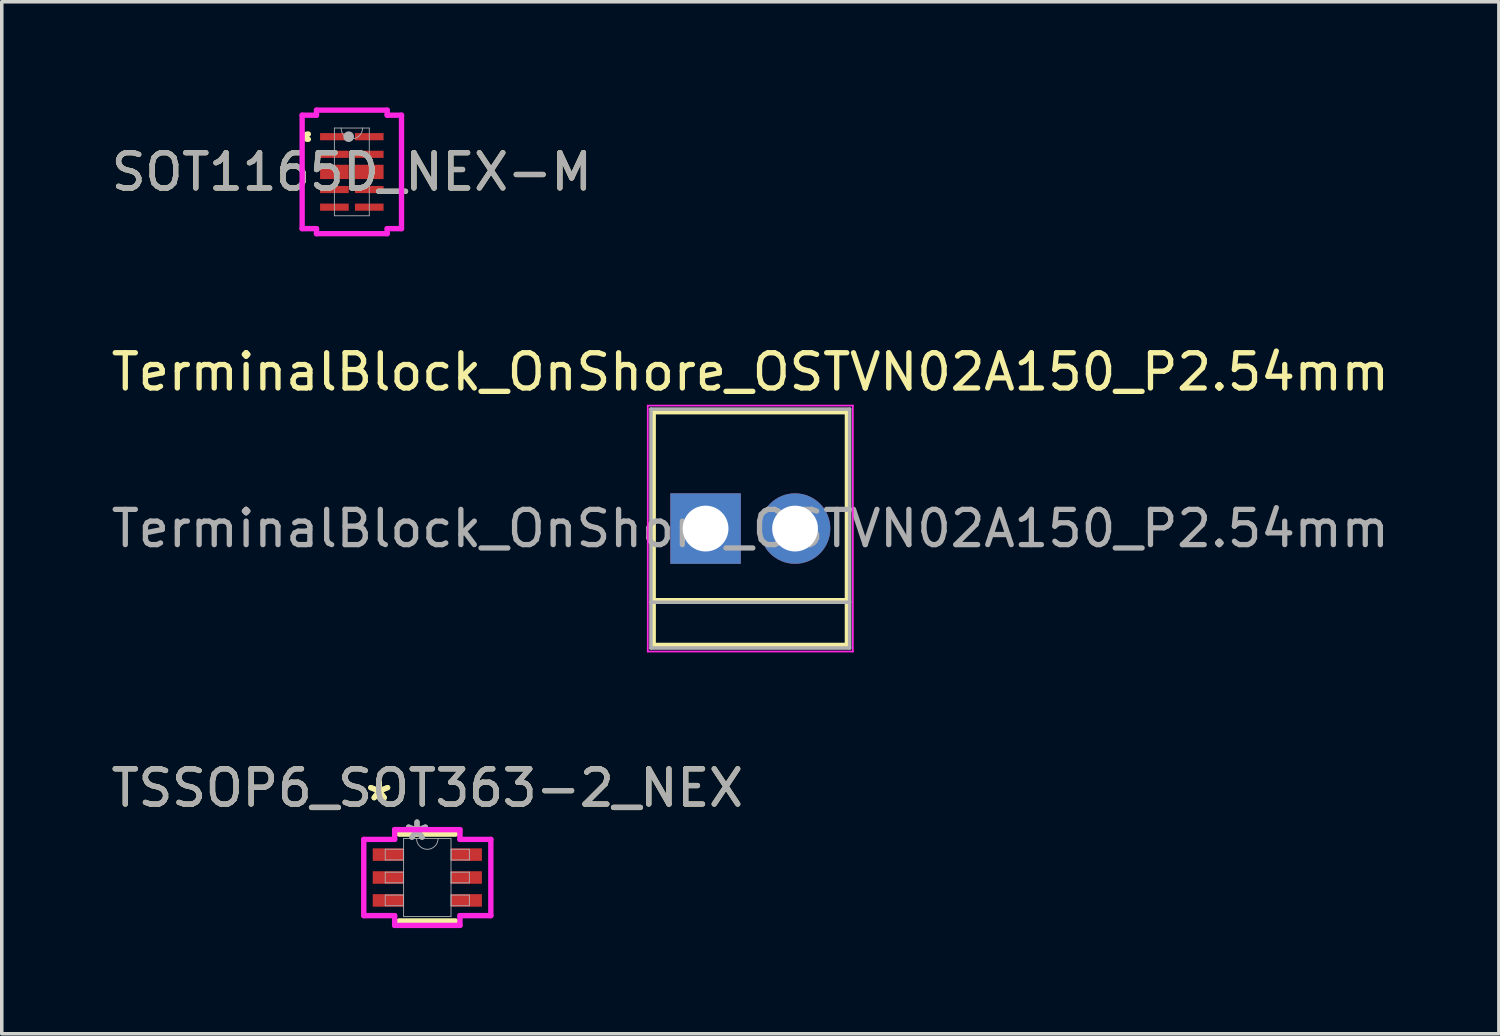
<source format=kicad_pcb>
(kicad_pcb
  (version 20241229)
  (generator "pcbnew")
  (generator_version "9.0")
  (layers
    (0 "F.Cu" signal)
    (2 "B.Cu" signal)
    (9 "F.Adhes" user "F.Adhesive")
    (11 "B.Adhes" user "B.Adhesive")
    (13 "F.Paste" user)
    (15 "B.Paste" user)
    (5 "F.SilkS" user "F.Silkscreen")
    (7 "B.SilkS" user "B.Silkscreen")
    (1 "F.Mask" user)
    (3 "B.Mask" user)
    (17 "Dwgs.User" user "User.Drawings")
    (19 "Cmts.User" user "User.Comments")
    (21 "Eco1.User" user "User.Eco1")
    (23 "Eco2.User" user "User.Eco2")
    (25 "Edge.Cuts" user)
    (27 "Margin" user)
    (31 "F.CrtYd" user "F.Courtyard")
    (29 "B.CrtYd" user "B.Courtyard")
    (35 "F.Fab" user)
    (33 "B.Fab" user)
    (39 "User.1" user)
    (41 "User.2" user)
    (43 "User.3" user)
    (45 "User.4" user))
  (footprint "TerminalBlock_OnShore_OSTVN02A150_P2.54mm"
    (layer "F.Cu")
    (at 16.974 11.951)
    (property "Reference" "TerminalBlock_OnShore_OSTVN02A150_P2.54mm" (at 1.27 -4.445 0) (layer "F.SilkS") (effects (font (size 1 1) (thickness 0.15))))
    (attr through_hole)
    (fp_line (start -1.47 -3.3) (end -1.47 3.3) (stroke (width 0.12) (type solid)) (layer "F.SilkS"))
    (fp_line (start -1.47 3.3) (end 4.01 3.3) (stroke (width 0.12) (type solid)) (layer "F.SilkS"))
    (fp_line (start 4.01 -3.3) (end -1.47 -3.3) (stroke (width 0.12) (type solid)) (layer "F.SilkS"))
    (fp_line (start 4.01 2.03) (end -1.47 2.03) (stroke (width 0.12) (type solid)) (layer "F.SilkS"))
    (fp_line (start 4.01 3.3) (end 4.01 -3.3) (stroke (width 0.12) (type solid)) (layer "F.SilkS"))
    (fp_line (start -1.64 -3.49) (end -1.64 3.49) (stroke (width 0.05) (type solid)) (layer "F.CrtYd"))
    (fp_line (start -1.64 -3.49) (end 4.18 -3.49) (stroke (width 0.05) (type solid)) (layer "F.CrtYd"))
    (fp_line (start 4.18 3.49) (end -1.64 3.49) (stroke (width 0.05) (type solid)) (layer "F.CrtYd"))
    (fp_line (start 4.18 3.49) (end 4.18 -3.49) (stroke (width 0.05) (type solid)) (layer "F.CrtYd"))
    (fp_line (start -1.55 -3.39) (end -1.55 3.39) (stroke (width 0.1) (type solid)) (layer "F.Fab"))
    (fp_line (start -1.55 2.09) (end 4.09 2.09) (stroke (width 0.1) (type solid)) (layer "F.Fab"))
    (fp_line (start -1.55 3.39) (end 4.09 3.39) (stroke (width 0.1) (type solid)) (layer "F.Fab"))
    (fp_line (start 4.09 -3.39) (end -1.55 -3.39) (stroke (width 0.1) (type solid)) (layer "F.Fab"))
    (fp_line (start 4.09 3.39) (end 4.09 -3.39) (stroke (width 0.1) (type solid)) (layer "F.Fab"))
    (fp_text user "${REFERENCE}" (at 1.27 0 0) (layer "F.Fab") (effects (font (size 1 1) (thickness 0.15))))
    (pad "1" thru_hole rect (at 0 0) (size 2 2) (drill 1.3) (layers "*.Cu" "*.Mask"))
    (pad "2" thru_hole circle (at 2.54 0) (size 2 2) (drill 1.3) (layers "*.Cu" "*.Mask")))
  (footprint "TSSOP6_SOT363-2_NEX"
    (layer "F.Cu")
    (at 9.077 21.854)
    (property "Reference" "TSSOP6_SOT363-2_NEX" (at 0 -2.54 0) (unlocked yes) (layer "F.SilkS") (effects (font (size 1 1) (thickness 0.15))))
    (attr smd)
    (fp_line (start -0.8 1.232) (end 0.8 1.232) (stroke (width 0.152) (type solid)) (layer "F.SilkS"))
    (fp_line (start 0.8 -1.232) (end -0.8 -1.232) (stroke (width 0.152) (type solid)) (layer "F.SilkS"))
    (fp_line (start -1.803 -1.082) (end -0.927 -1.082) (stroke (width 0.152) (type solid)) (layer "F.CrtYd"))
    (fp_line (start -1.803 1.082) (end -1.803 -1.082) (stroke (width 0.152) (type solid)) (layer "F.CrtYd"))
    (fp_line (start -1.803 1.082) (end -0.927 1.082) (stroke (width 0.152) (type solid)) (layer "F.CrtYd"))
    (fp_line (start -0.927 -1.359) (end 0.927 -1.359) (stroke (width 0.152) (type solid)) (layer "F.CrtYd"))
    (fp_line (start -0.927 -1.082) (end -0.927 -1.359) (stroke (width 0.152) (type solid)) (layer "F.CrtYd"))
    (fp_line (start -0.927 1.359) (end -0.927 1.082) (stroke (width 0.152) (type solid)) (layer "F.CrtYd"))
    (fp_line (start 0.927 -1.359) (end 0.927 -1.082) (stroke (width 0.152) (type solid)) (layer "F.CrtYd"))
    (fp_line (start 0.927 1.082) (end 0.927 1.359) (stroke (width 0.152) (type solid)) (layer "F.CrtYd"))
    (fp_line (start 0.927 1.359) (end -0.927 1.359) (stroke (width 0.152) (type solid)) (layer "F.CrtYd"))
    (fp_line (start 1.803 -1.082) (end 0.927 -1.082) (stroke (width 0.152) (type solid)) (layer "F.CrtYd"))
    (fp_line (start 1.803 -1.082) (end 1.803 1.082) (stroke (width 0.152) (type solid)) (layer "F.CrtYd"))
    (fp_line (start 1.803 1.082) (end 0.927 1.082) (stroke (width 0.152) (type solid)) (layer "F.CrtYd"))
    (fp_line (start -1.194 -0.802) (end -1.194 -0.498) (stroke (width 0.025) (type solid)) (layer "F.Fab"))
    (fp_line (start -1.194 -0.498) (end -0.673 -0.498) (stroke (width 0.025) (type solid)) (layer "F.Fab"))
    (fp_line (start -1.194 -0.152) (end -1.194 0.152) (stroke (width 0.025) (type solid)) (layer "F.Fab"))
    (fp_line (start -1.194 0.152) (end -0.673 0.152) (stroke (width 0.025) (type solid)) (layer "F.Fab"))
    (fp_line (start -1.194 0.498) (end -1.194 0.802) (stroke (width 0.025) (type solid)) (layer "F.Fab"))
    (fp_line (start -1.194 0.802) (end -0.673 0.802) (stroke (width 0.025) (type solid)) (layer "F.Fab"))
    (fp_line (start -0.673 -1.105) (end -0.673 1.105) (stroke (width 0.025) (type solid)) (layer "F.Fab"))
    (fp_line (start -0.673 -0.802) (end -1.194 -0.802) (stroke (width 0.025) (type solid)) (layer "F.Fab"))
    (fp_line (start -0.673 -0.498) (end -0.673 -0.802) (stroke (width 0.025) (type solid)) (layer "F.Fab"))
    (fp_line (start -0.673 -0.152) (end -1.194 -0.152) (stroke (width 0.025) (type solid)) (layer "F.Fab"))
    (fp_line (start -0.673 0.152) (end -0.673 -0.152) (stroke (width 0.025) (type solid)) (layer "F.Fab"))
    (fp_line (start -0.673 0.498) (end -1.194 0.498) (stroke (width 0.025) (type solid)) (layer "F.Fab"))
    (fp_line (start -0.673 0.802) (end -0.673 0.498) (stroke (width 0.025) (type solid)) (layer "F.Fab"))
    (fp_line (start -0.673 1.105) (end 0.673 1.105) (stroke (width 0.025) (type solid)) (layer "F.Fab"))
    (fp_line (start 0.673 -1.105) (end -0.673 -1.105) (stroke (width 0.025) (type solid)) (layer "F.Fab"))
    (fp_line (start 0.673 -0.802) (end 0.673 -0.498) (stroke (width 0.025) (type solid)) (layer "F.Fab"))
    (fp_line (start 0.673 -0.498) (end 1.194 -0.498) (stroke (width 0.025) (type solid)) (layer "F.Fab"))
    (fp_line (start 0.673 -0.152) (end 0.673 0.152) (stroke (width 0.025) (type solid)) (layer "F.Fab"))
    (fp_line (start 0.673 0.152) (end 1.194 0.152) (stroke (width 0.025) (type solid)) (layer "F.Fab"))
    (fp_line (start 0.673 0.498) (end 0.673 0.802) (stroke (width 0.025) (type solid)) (layer "F.Fab"))
    (fp_line (start 0.673 0.802) (end 1.194 0.802) (stroke (width 0.025) (type solid)) (layer "F.Fab"))
    (fp_line (start 0.673 1.105) (end 0.673 -1.105) (stroke (width 0.025) (type solid)) (layer "F.Fab"))
    (fp_line (start 1.194 -0.802) (end 0.673 -0.802) (stroke (width 0.025) (type solid)) (layer "F.Fab"))
    (fp_line (start 1.194 -0.498) (end 1.194 -0.802) (stroke (width 0.025) (type solid)) (layer "F.Fab"))
    (fp_line (start 1.194 -0.152) (end 0.673 -0.152) (stroke (width 0.025) (type solid)) (layer "F.Fab"))
    (fp_line (start 1.194 0.152) (end 1.194 -0.152) (stroke (width 0.025) (type solid)) (layer "F.Fab"))
    (fp_line (start 1.194 0.498) (end 0.673 0.498) (stroke (width 0.025) (type solid)) (layer "F.Fab"))
    (fp_line (start 1.194 0.802) (end 1.194 0.498) (stroke (width 0.025) (type solid)) (layer "F.Fab"))
    (fp_arc (start 0.3048 -1.1049) (mid 0 -0.8001) (end -0.3048 -1.1049) (stroke (width 0.0254) (type solid)) (layer "F.Fab"))
    (fp_text user "*" (at -1.365 -2.149 0) (unlocked yes) (layer "F.SilkS") (effects (font (size 1 1) (thickness 0.15))))
    (fp_text user "*" (at -1.365 -2.149 0) (layer "F.SilkS") (effects (font (size 1 1) (thickness 0.15))))
    (fp_text user "${REFERENCE}" (at 0 -2.54 0) (unlocked yes) (layer "F.Fab") (effects (font (size 1 1) (thickness 0.15))))
    (fp_text user "*" (at -0.292 -1.029 0) (unlocked yes) (layer "F.Fab") (effects (font (size 1 1) (thickness 0.15))))
    (fp_text user "*" (at -0.292 -1.029 0) (layer "F.Fab") (effects (font (size 1 1) (thickness 0.15))))
    (pad "1" smd rect (at -1.111 -0.65) (size 0.876 0.356) (layers "F.Cu" "F.Mask" "F.Paste"))
    (pad "2" smd rect (at -1.111 0) (size 0.876 0.356) (layers "F.Cu" "F.Mask" "F.Paste"))
    (pad "3" smd rect (at -1.111 0.65) (size 0.876 0.356) (layers "F.Cu" "F.Mask" "F.Paste"))
    (pad "4" smd rect (at 1.111 0.65) (size 0.876 0.356) (layers "F.Cu" "F.Mask" "F.Paste"))
    (pad "5" smd rect (at 1.111 0) (size 0.876 0.356) (layers "F.Cu" "F.Mask" "F.Paste"))
    (pad "6" smd rect (at 1.111 -0.65) (size 0.876 0.356) (layers "F.Cu" "F.Mask" "F.Paste")))
  (footprint "SOT1165D_NEX-M"
    (layer "F.Cu")
    (at 6.935 1.829)
    (property "Reference" "SOT1165D_NEX-M" (at 0 0 0) (unlocked yes) (layer "F.SilkS") (effects (font (size 1 1) (thickness 0.15))))
    (attr smd)
    (fp_arc (start -1.23444 -0.926439) (mid -1.329563 -1.000252) (end -1.23444 -1.074065) (stroke (width 0.1524) (type solid)) (layer "F.SilkS"))
    (fp_line (start -1.41 -1.61) (end -1.003 -1.61) (stroke (width 0.152) (type solid)) (layer "F.CrtYd"))
    (fp_line (start -1.41 1.61) (end -1.41 -1.61) (stroke (width 0.152) (type solid)) (layer "F.CrtYd"))
    (fp_line (start -1.41 1.61) (end -1.003 1.61) (stroke (width 0.152) (type solid)) (layer "F.CrtYd"))
    (fp_line (start -1.003 -1.753) (end 1.003 -1.753) (stroke (width 0.152) (type solid)) (layer "F.CrtYd"))
    (fp_line (start -1.003 -1.61) (end -1.003 -1.753) (stroke (width 0.152) (type solid)) (layer "F.CrtYd"))
    (fp_line (start -1.003 1.753) (end -1.003 1.61) (stroke (width 0.152) (type solid)) (layer "F.CrtYd"))
    (fp_line (start 1.003 -1.753) (end 1.003 -1.61) (stroke (width 0.152) (type solid)) (layer "F.CrtYd"))
    (fp_line (start 1.003 1.61) (end 1.003 1.753) (stroke (width 0.152) (type solid)) (layer "F.CrtYd"))
    (fp_line (start 1.003 1.753) (end -1.003 1.753) (stroke (width 0.152) (type solid)) (layer "F.CrtYd"))
    (fp_line (start 1.41 -1.61) (end 1.003 -1.61) (stroke (width 0.152) (type solid)) (layer "F.CrtYd"))
    (fp_line (start 1.41 -1.61) (end 1.41 1.61) (stroke (width 0.152) (type solid)) (layer "F.CrtYd"))
    (fp_line (start 1.41 1.61) (end 1.003 1.61) (stroke (width 0.152) (type solid)) (layer "F.CrtYd"))
    (fp_line (start -0.495 -1.245) (end -0.495 1.245) (stroke (width 0.025) (type solid)) (layer "F.Fab"))
    (fp_line (start -0.495 1.245) (end 0.495 1.245) (stroke (width 0.025) (type solid)) (layer "F.Fab"))
    (fp_line (start 0.495 -1.245) (end -0.495 -1.245) (stroke (width 0.025) (type solid)) (layer "F.Fab"))
    (fp_line (start 0.495 1.245) (end 0.495 -1.245) (stroke (width 0.025) (type solid)) (layer "F.Fab"))
    (fp_arc (start 0.3048 -1.2446) (mid 0 -0.9398) (end -0.3048 -1.2446) (stroke (width 0.0254) (type solid)) (layer "F.Fab"))
    (fp_circle (center -0.089 -1) (end -0.013 -1) (stroke (width 0.152) (type solid)) (fill no) (layer "F.Fab"))
    (fp_text user "${REFERENCE}" (at 0 0 0) (unlocked yes) (layer "F.Fab") (effects (font (size 1 1) (thickness 0.15))))
    (pad "1" smd rect (at -0.495 -1) (size 0.813 0.203) (layers "F.Cu" "F.Mask" "F.Paste"))
    (pad "2" smd rect (at -0.495 -0.5) (size 0.813 0.203) (layers "F.Cu" "F.Mask" "F.Paste"))
    (pad "3" smd rect (at -0.495 0) (size 0.813 0.406) (layers "F.Cu" "F.Mask" "F.Paste"))
    (pad "4" smd rect (at -0.495 0.5) (size 0.813 0.203) (layers "F.Cu" "F.Mask" "F.Paste"))
    (pad "5" smd rect (at -0.495 1) (size 0.813 0.203) (layers "F.Cu" "F.Mask" "F.Paste"))
    (pad "6" smd rect (at 0.495 1) (size 0.813 0.203) (layers "F.Cu" "F.Mask" "F.Paste"))
    (pad "7" smd rect (at 0.495 0.5) (size 0.813 0.203) (layers "F.Cu" "F.Mask" "F.Paste"))
    (pad "8" smd rect (at 0.495 0) (size 0.813 0.406) (layers "F.Cu" "F.Mask" "F.Paste"))
    (pad "9" smd rect (at 0.495 -0.5) (size 0.813 0.203) (layers "F.Cu" "F.Mask" "F.Paste"))
    (pad "10" smd rect (at 0.495 -1) (size 0.813 0.203) (layers "F.Cu" "F.Mask" "F.Paste")))
  (gr_rect
    (start -3 -3)
    (end 39.488 26.289)
    (stroke (width 0.1) (type default))
    (fill no)
    (layer "Edge.Cuts")))
</source>
